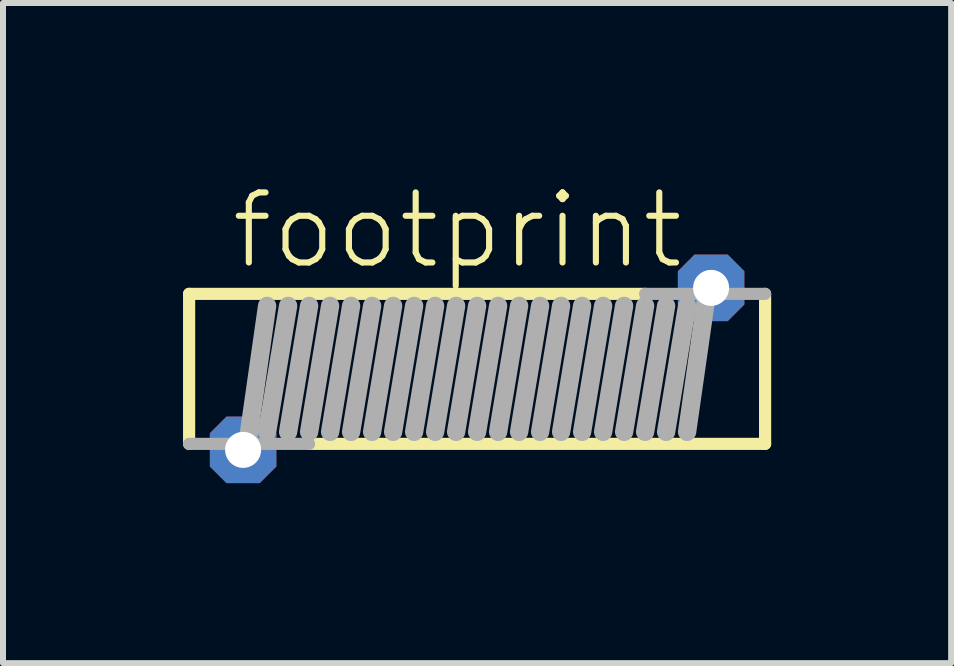
<source format=kicad_pcb>
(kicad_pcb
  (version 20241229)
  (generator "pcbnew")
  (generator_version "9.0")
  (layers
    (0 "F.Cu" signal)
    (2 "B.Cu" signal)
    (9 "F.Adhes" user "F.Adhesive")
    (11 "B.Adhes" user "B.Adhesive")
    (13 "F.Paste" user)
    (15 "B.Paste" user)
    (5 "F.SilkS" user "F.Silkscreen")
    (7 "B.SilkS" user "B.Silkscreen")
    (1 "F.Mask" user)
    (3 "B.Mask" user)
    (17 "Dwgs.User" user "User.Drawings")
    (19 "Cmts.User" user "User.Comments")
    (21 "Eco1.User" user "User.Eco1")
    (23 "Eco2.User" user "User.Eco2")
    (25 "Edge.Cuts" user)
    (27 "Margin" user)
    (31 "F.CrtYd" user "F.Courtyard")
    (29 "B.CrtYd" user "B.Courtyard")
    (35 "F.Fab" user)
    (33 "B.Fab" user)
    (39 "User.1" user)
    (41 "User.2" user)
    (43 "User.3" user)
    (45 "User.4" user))
  (footprint "footprint"
    (layer "F.Cu")
    (at 4.902 3.098)
    (property "Reference" "footprint" (at -4.15 -1.625 0) (layer "F.SilkS") (effects (font (size 1.168 1.168) (thickness 0.102)) (justify left bottom)))
    (fp_line (start -4.8 -1.25) (end -4.8 1.25) (stroke (width 0.203) (type solid)) (layer "F.SilkS"))
    (fp_line (start -2.8 1.25) (end 4.8 1.25) (stroke (width 0.203) (type solid)) (layer "F.SilkS"))
    (fp_line (start 2.8 -1.25) (end -4.8 -1.25) (stroke (width 0.203) (type solid)) (layer "F.SilkS"))
    (fp_line (start 4.8 1.25) (end 4.8 -1.25) (stroke (width 0.203) (type solid)) (layer "F.SilkS"))
    (fp_line (start -4.8 1.25) (end -2.8 1.25) (stroke (width 0.203) (type solid)) (layer "F.Fab"))
    (fp_line (start -3.85 1.4) (end -3.5 -1.05) (stroke (width 0.305) (type solid)) (layer "F.Fab"))
    (fp_line (start -3.5 1.05) (end -3.15 -1.05) (stroke (width 0.305) (type solid)) (layer "F.Fab"))
    (fp_line (start -3.15 1.05) (end -2.8 -1.05) (stroke (width 0.305) (type solid)) (layer "F.Fab"))
    (fp_line (start -2.8 1.05) (end -2.45 -1.05) (stroke (width 0.305) (type solid)) (layer "F.Fab"))
    (fp_line (start -2.45 1.05) (end -2.1 -1.05) (stroke (width 0.305) (type solid)) (layer "F.Fab"))
    (fp_line (start -2.1 1.05) (end -1.75 -1.05) (stroke (width 0.305) (type solid)) (layer "F.Fab"))
    (fp_line (start -1.75 1.05) (end -1.4 -1.05) (stroke (width 0.305) (type solid)) (layer "F.Fab"))
    (fp_line (start -1.4 1.05) (end -1.05 -1.05) (stroke (width 0.305) (type solid)) (layer "F.Fab"))
    (fp_line (start -1.05 1.05) (end -0.7 -1.05) (stroke (width 0.305) (type solid)) (layer "F.Fab"))
    (fp_line (start -0.7 1.05) (end -0.35 -1.05) (stroke (width 0.305) (type solid)) (layer "F.Fab"))
    (fp_line (start -0.35 1.05) (end 0 -1.05) (stroke (width 0.305) (type solid)) (layer "F.Fab"))
    (fp_line (start 0 1.05) (end 0.35 -1.05) (stroke (width 0.305) (type solid)) (layer "F.Fab"))
    (fp_line (start 0.35 1.05) (end 0.7 -1.05) (stroke (width 0.305) (type solid)) (layer "F.Fab"))
    (fp_line (start 0.7 1.05) (end 1.05 -1.05) (stroke (width 0.305) (type solid)) (layer "F.Fab"))
    (fp_line (start 1.05 1.05) (end 1.4 -1.05) (stroke (width 0.305) (type solid)) (layer "F.Fab"))
    (fp_line (start 1.4 1.05) (end 1.75 -1.05) (stroke (width 0.305) (type solid)) (layer "F.Fab"))
    (fp_line (start 1.75 1.05) (end 2.1 -1.05) (stroke (width 0.305) (type solid)) (layer "F.Fab"))
    (fp_line (start 2.1 1.05) (end 2.45 -1.05) (stroke (width 0.305) (type solid)) (layer "F.Fab"))
    (fp_line (start 2.45 1.05) (end 2.8 -1.05) (stroke (width 0.305) (type solid)) (layer "F.Fab"))
    (fp_line (start 2.8 1.05) (end 3.15 -1.05) (stroke (width 0.305) (type solid)) (layer "F.Fab"))
    (fp_line (start 3.15 1.05) (end 3.5 -1.05) (stroke (width 0.305) (type solid)) (layer "F.Fab"))
    (fp_line (start 3.5 1.05) (end 3.85 -1.4) (stroke (width 0.305) (type solid)) (layer "F.Fab"))
    (fp_line (start 4.8 -1.25) (end 2.8 -1.25) (stroke (width 0.203) (type solid)) (layer "F.Fab"))
    (pad "1" thru_hole roundrect (at -3.9 1.35) (size 1.108 1.108) (drill 0.6) (layers "*.Cu" "*.Mask") (roundrect_rratio 0.25) (chamfer_ratio 0.25) (chamfer top_left top_right bottom_left bottom_right))
    (pad "2" thru_hole roundrect (at 3.9 -1.35) (size 1.108 1.108) (drill 0.6) (layers "*.Cu" "*.Mask") (roundrect_rratio 0.25) (chamfer_ratio 0.25) (chamfer top_left top_right bottom_left bottom_right)))
  (gr_rect
    (start -3 -3)
    (end 12.803 8.002)
    (stroke (width 0.1) (type default))
    (fill no)
    (layer "Edge.Cuts")))
</source>
